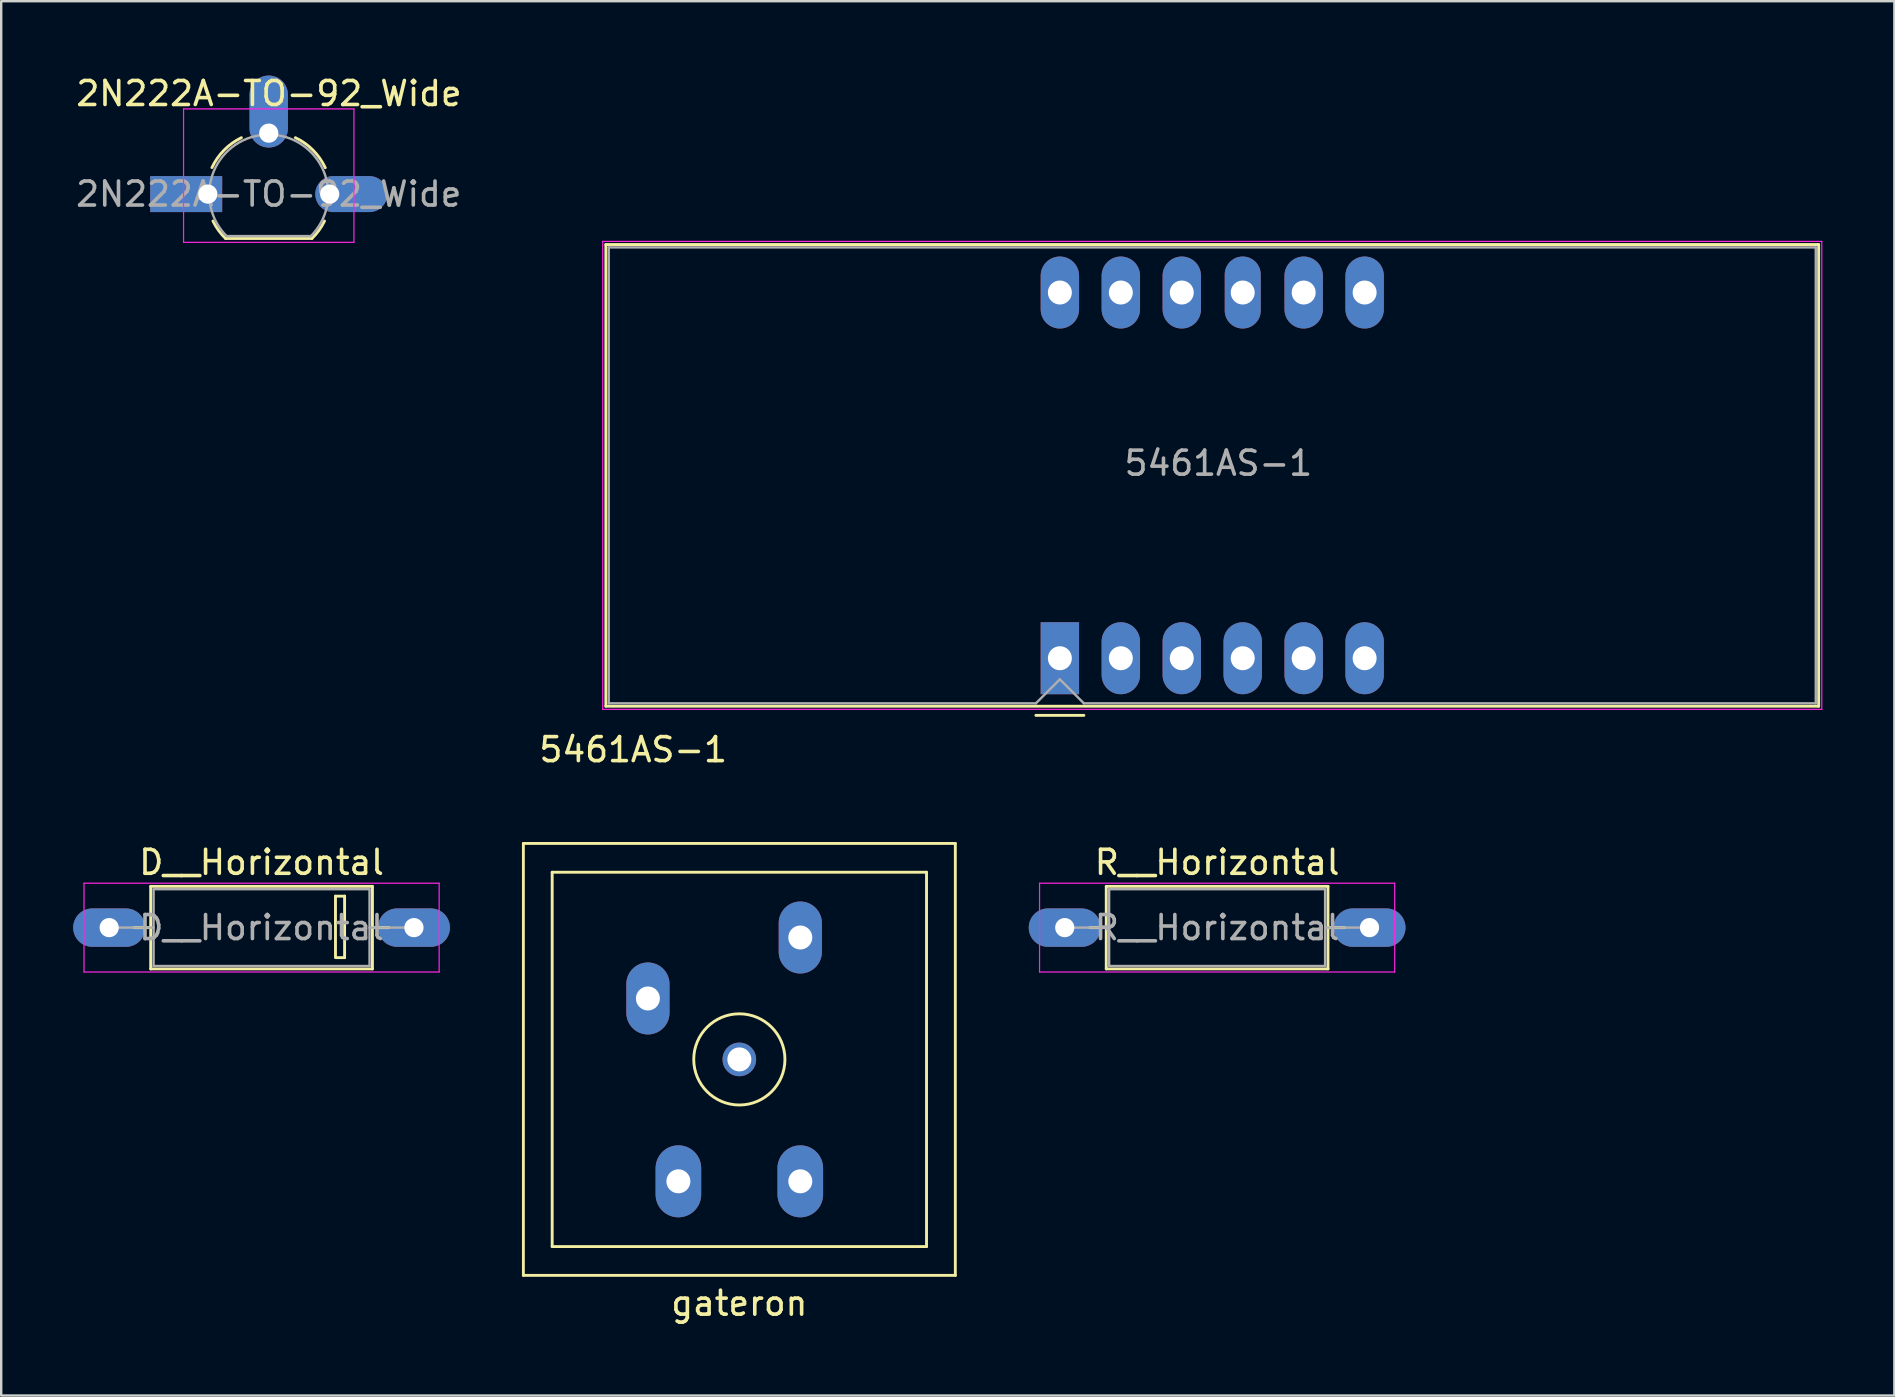
<source format=kicad_pcb>
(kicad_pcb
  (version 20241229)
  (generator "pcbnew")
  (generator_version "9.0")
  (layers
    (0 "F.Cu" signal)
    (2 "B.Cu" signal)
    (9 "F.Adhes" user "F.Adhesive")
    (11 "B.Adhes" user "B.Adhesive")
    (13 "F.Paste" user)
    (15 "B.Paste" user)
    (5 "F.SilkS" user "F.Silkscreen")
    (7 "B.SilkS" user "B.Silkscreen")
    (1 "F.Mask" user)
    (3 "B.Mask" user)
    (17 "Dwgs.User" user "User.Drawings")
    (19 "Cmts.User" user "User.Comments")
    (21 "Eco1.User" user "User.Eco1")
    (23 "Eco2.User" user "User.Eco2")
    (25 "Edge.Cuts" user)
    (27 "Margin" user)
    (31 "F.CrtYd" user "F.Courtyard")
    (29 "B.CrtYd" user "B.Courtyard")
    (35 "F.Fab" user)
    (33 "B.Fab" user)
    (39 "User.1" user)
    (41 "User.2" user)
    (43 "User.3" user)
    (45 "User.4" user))
  (footprint "R__Horizontal"
    (layer "F.Cu")
    (at 41.32 35.606)
    (property "Reference" "R__Horizontal" (at 6.35 -2.72 0) (layer "F.SilkS") (effects (font (size 1 1) (thickness 0.15))))
    (attr through_hole)
    (fp_line (start 1.04 0) (end 1.73 0) (stroke (width 0.12) (type solid)) (layer "F.SilkS"))
    (fp_line (start 1.73 -1.72) (end 1.73 1.72) (stroke (width 0.12) (type solid)) (layer "F.SilkS"))
    (fp_line (start 1.73 1.72) (end 10.97 1.72) (stroke (width 0.12) (type solid)) (layer "F.SilkS"))
    (fp_line (start 10.97 -1.72) (end 1.73 -1.72) (stroke (width 0.12) (type solid)) (layer "F.SilkS"))
    (fp_line (start 10.97 1.72) (end 10.97 -1.72) (stroke (width 0.12) (type solid)) (layer "F.SilkS"))
    (fp_line (start 11.66 0) (end 10.97 0) (stroke (width 0.12) (type solid)) (layer "F.SilkS"))
    (fp_line (start -1.05 -1.85) (end -1.05 1.85) (stroke (width 0.05) (type solid)) (layer "F.CrtYd"))
    (fp_line (start -1.05 1.85) (end 13.75 1.85) (stroke (width 0.05) (type solid)) (layer "F.CrtYd"))
    (fp_line (start 13.75 -1.85) (end -1.05 -1.85) (stroke (width 0.05) (type solid)) (layer "F.CrtYd"))
    (fp_line (start 13.75 1.85) (end 13.75 -1.85) (stroke (width 0.05) (type solid)) (layer "F.CrtYd"))
    (fp_line (start 0 0) (end 1.85 0) (stroke (width 0.1) (type solid)) (layer "F.Fab"))
    (fp_line (start 1.85 -1.6) (end 1.85 1.6) (stroke (width 0.1) (type solid)) (layer "F.Fab"))
    (fp_line (start 1.85 1.6) (end 10.85 1.6) (stroke (width 0.1) (type solid)) (layer "F.Fab"))
    (fp_line (start 10.85 -1.6) (end 1.85 -1.6) (stroke (width 0.1) (type solid)) (layer "F.Fab"))
    (fp_line (start 10.85 1.6) (end 10.85 -1.6) (stroke (width 0.1) (type solid)) (layer "F.Fab"))
    (fp_line (start 12.7 0) (end 10.85 0) (stroke (width 0.1) (type solid)) (layer "F.Fab"))
    (fp_text user "${REFERENCE}" (at 6.35 0 0) (layer "F.Fab") (effects (font (size 1 1) (thickness 0.15))))
    (pad "1" thru_hole oval (at 0 0) (size 3 1.6) (drill 0.8) (layers "*.Cu" "*.Mask"))
    (pad "2" thru_hole oval (at 12.7 0) (size 3 1.6) (drill 0.8) (layers "*.Cu" "*.Mask")))
  (footprint "2N222A-TO-92_Wide"
    (layer "F.Cu")
    (at 5.609 5.038)
    (property "Reference" "2N222A-TO-92_Wide" (at 2.55 -4.19 0) (layer "F.SilkS") (effects (font (size 1 1) (thickness 0.15))))
    (attr through_hole)
    (fp_line (start 0.74 1.85) (end 4.34 1.85) (stroke (width 0.12) (type solid)) (layer "F.SilkS"))
    (fp_arc (start 0.172801 -1.103842) (mid 0.678995 -1.832692) (end 1.4 -2.35) (stroke (width 0.12) (type solid)) (layer "F.SilkS"))
    (fp_arc (start 0.74 1.85) (mid 0.446097 1.509328) (end 0.215816 1.122795) (stroke (width 0.12) (type solid)) (layer "F.SilkS"))
    (fp_arc (start 3.65 -2.35) (mid 4.382279 -1.833196) (end 4.895458 -1.098371) (stroke (width 0.12) (type solid)) (layer "F.SilkS"))
    (fp_arc (start 4.864184 1.122795) (mid 4.633903 1.509328) (end 4.34 1.85) (stroke (width 0.12) (type solid)) (layer "F.SilkS"))
    (fp_line (start -1.01 -3.55) (end -1.01 2.01) (stroke (width 0.05) (type solid)) (layer "F.CrtYd"))
    (fp_line (start -1.01 -3.55) (end 6.09 -3.55) (stroke (width 0.05) (type solid)) (layer "F.CrtYd"))
    (fp_line (start 6.09 2.01) (end -1.01 2.01) (stroke (width 0.05) (type solid)) (layer "F.CrtYd"))
    (fp_line (start 6.09 2.01) (end 6.09 -3.55) (stroke (width 0.05) (type solid)) (layer "F.CrtYd"))
    (fp_line (start 0.8 1.75) (end 4.3 1.75) (stroke (width 0.1) (type solid)) (layer "F.Fab"))
    (fp_arc (start 0.786375 1.753625) (mid 0.248779 -0.949055) (end 2.54 -2.48) (stroke (width 0.1) (type solid)) (layer "F.Fab"))
    (fp_arc (start 2.54 -2.48) (mid 4.831221 -0.949055) (end 4.293625 1.753625) (stroke (width 0.1) (type solid)) (layer "F.Fab"))
    (fp_text user "${REFERENCE}" (at 2.54 0 0) (layer "F.Fab") (effects (font (size 1 1) (thickness 0.15))))
    (pad "1" thru_hole rect (at 0 0 90) (size 1.5 3) (drill 0.8 (offset 0 -0.9)) (layers "*.Cu" "*.Mask"))
    (pad "2" thru_hole oval (at 2.54 -2.54 90) (size 3 1.6) (drill 0.8 (offset 0.9 0)) (layers "*.Cu" "*.Mask"))
    (pad "3" thru_hole oval (at 5.08 0 90) (size 1.5 3) (drill 0.8 (offset 0 0.9)) (layers "*.Cu" "*.Mask")))
  (footprint "5461AS-1"
    (layer "F.Cu")
    (at 48.737 0.25)
    (property "Reference" "5461AS-1" (at -25.4 27.94 180) (layer "F.SilkS") (effects (font (size 1 1) (thickness 0.15))))
    (attr through_hole)
    (fp_line (start -26.54 26.13) (end -26.54 6.89) (stroke (width 0.12) (type solid)) (layer "F.SilkS"))
    (fp_line (start -26.54 26.13) (end 24 26.13) (stroke (width 0.12) (type solid)) (layer "F.SilkS"))
    (fp_line (start -8.62 26.51) (end -6.62 26.51) (stroke (width 0.12) (type solid)) (layer "F.SilkS"))
    (fp_line (start 24 6.89) (end -26.54 6.89) (stroke (width 0.12) (type solid)) (layer "F.SilkS"))
    (fp_line (start 24 26.13) (end 24 6.89) (stroke (width 0.12) (type solid)) (layer "F.SilkS"))
    (fp_line (start -26.67 6.76) (end 24.13 6.76) (stroke (width 0.05) (type solid)) (layer "F.CrtYd"))
    (fp_line (start -26.67 26.26) (end -26.67 6.76) (stroke (width 0.05) (type solid)) (layer "F.CrtYd"))
    (fp_line (start 24.13 6.76) (end 24.13 26.26) (stroke (width 0.05) (type solid)) (layer "F.CrtYd"))
    (fp_line (start 24.13 26.26) (end -26.67 26.26) (stroke (width 0.05) (type solid)) (layer "F.CrtYd"))
    (fp_line (start -26.42 7.01) (end 23.88 7.01) (stroke (width 0.1) (type solid)) (layer "F.Fab"))
    (fp_line (start -26.42 26.01) (end -26.42 7.01) (stroke (width 0.1) (type solid)) (layer "F.Fab"))
    (fp_line (start -8.62 26.01) (end -26.42 26.01) (stroke (width 0.1) (type solid)) (layer "F.Fab"))
    (fp_line (start -7.62 25.01) (end -8.62 26.01) (stroke (width 0.1) (type solid)) (layer "F.Fab"))
    (fp_line (start -6.62 26.01) (end -7.62 25.01) (stroke (width 0.1) (type solid)) (layer "F.Fab"))
    (fp_line (start -6.62 26.01) (end 23.88 26.01) (stroke (width 0.1) (type solid)) (layer "F.Fab"))
    (fp_line (start 23.88 26.01) (end 23.88 7.01) (stroke (width 0.1) (type solid)) (layer "F.Fab"))
    (fp_text user "${REFERENCE}" (at -1.016 16.002 0) (layer "F.Fab") (effects (font (size 1 1) (thickness 0.15))))
    (pad "1" thru_hole rect (at -7.62 24.13 90) (size 3 1.6) (drill 1) (layers "*.Cu" "*.Mask"))
    (pad "2" thru_hole oval (at -5.08 24.13 90) (size 3 1.6) (drill 1) (layers "*.Cu" "*.Mask"))
    (pad "3" thru_hole oval (at -2.54 24.13 90) (size 3 1.6) (drill 1) (layers "*.Cu" "*.Mask"))
    (pad "4" thru_hole oval (at 0 24.13 90) (size 3 1.6) (drill 1) (layers "*.Cu" "*.Mask"))
    (pad "5" thru_hole oval (at 2.54 24.13 90) (size 3 1.6) (drill 1) (layers "*.Cu" "*.Mask"))
    (pad "6" thru_hole oval (at 5.08 24.13 90) (size 3 1.6) (drill 1) (layers "*.Cu" "*.Mask"))
    (pad "7" thru_hole oval (at 5.08 8.89 90) (size 3 1.6) (drill 1) (layers "*.Cu" "*.Mask"))
    (pad "8" thru_hole oval (at 2.54 8.89 90) (size 3 1.6) (drill 1) (layers "*.Cu" "*.Mask"))
    (pad "9" thru_hole oval (at 0 8.89 90) (size 3 1.5) (drill 1) (layers "*.Cu" "*.Mask"))
    (pad "10" thru_hole oval (at -2.54 8.89 90) (size 3 1.6) (drill 1) (layers "*.Cu" "*.Mask"))
    (pad "11" thru_hole oval (at -5.08 8.89 90) (size 3 1.6) (drill 1) (layers "*.Cu" "*.Mask"))
    (pad "12" thru_hole oval (at -7.62 8.89 90) (size 3 1.6) (drill 1) (layers "*.Cu" "*.Mask")))
  (footprint "gateron"
    (layer "F.Cu")
    (at 27.76 41.098)
    (property "Reference" "gateron" (at 0 10.16 0) (layer "F.SilkS") (effects (font (size 1 1) (thickness 0.15))))
    (attr through_hole)
    (fp_line (start -9 -9) (end -9 9) (stroke (width 0.12) (type solid)) (layer "F.SilkS"))
    (fp_line (start -9 9) (end 9 9) (stroke (width 0.12) (type solid)) (layer "F.SilkS"))
    (fp_line (start -7.8 -7.8) (end 7.8 -7.8) (stroke (width 0.12) (type solid)) (layer "F.SilkS"))
    (fp_line (start -7.8 7.8) (end -7.8 -7.8) (stroke (width 0.12) (type solid)) (layer "F.SilkS"))
    (fp_line (start 7.8 -7.8) (end 7.8 7.8) (stroke (width 0.12) (type solid)) (layer "F.SilkS"))
    (fp_line (start 7.8 7.8) (end -7.8 7.8) (stroke (width 0.12) (type solid)) (layer "F.SilkS"))
    (fp_line (start 9 -9) (end -9 -9) (stroke (width 0.12) (type solid)) (layer "F.SilkS"))
    (fp_line (start 9 9) (end 9 -9) (stroke (width 0.12) (type solid)) (layer "F.SilkS"))
    (fp_circle (center 0 0) (end 1.9 0) (stroke (width 0.12) (type solid)) (fill no) (layer "F.SilkS"))
    (pad "1" thru_hole oval (at -3.81 -2.54) (size 1.8 3) (drill 1) (layers "*.Cu" "*.Mask"))
    (pad "2" thru_hole oval (at 2.54 -5.08) (size 1.8 3) (drill 1) (layers "*.Cu" "*.Mask"))
    (pad "3" thru_hole oval (at 2.54 5.08) (size 1.9 3) (drill 1) (layers "*.Cu" "*.Mask"))
    (pad "4" thru_hole oval (at -2.54 5.08) (size 1.9 3) (drill 1) (layers "*.Cu" "*.Mask"))
    (pad "5" thru_hole circle (at 0 0) (size 1.4 1.4) (drill 1) (layers "*.Cu" "*.Mask")))
  (footprint "D__Horizontal"
    (layer "F.Cu")
    (at 1.5 35.606)
    (property "Reference" "D__Horizontal" (at 6.35 -2.72 0) (layer "F.SilkS") (effects (font (size 1 1) (thickness 0.15))))
    (attr through_hole)
    (fp_line (start 1.04 0) (end 1.73 0) (stroke (width 0.12) (type solid)) (layer "F.SilkS"))
    (fp_line (start 1.73 -1.72) (end 1.73 1.72) (stroke (width 0.12) (type solid)) (layer "F.SilkS"))
    (fp_line (start 1.73 1.72) (end 10.97 1.72) (stroke (width 0.12) (type solid)) (layer "F.SilkS"))
    (fp_line (start 9.43 -1.31) (end 9.43 1.25) (stroke (width 0.12) (type solid)) (layer "F.SilkS"))
    (fp_line (start 9.46 1.25) (end 9.81 1.25) (stroke (width 0.12) (type solid)) (layer "F.SilkS"))
    (fp_line (start 9.8 -1.31) (end 9.43 -1.31) (stroke (width 0.12) (type solid)) (layer "F.SilkS"))
    (fp_line (start 9.81 -1.31) (end 9.81 -1.29) (stroke (width 0.12) (type solid)) (layer "F.SilkS"))
    (fp_line (start 9.81 1.25) (end 9.81 -1.31) (stroke (width 0.12) (type solid)) (layer "F.SilkS"))
    (fp_line (start 10.97 -1.72) (end 1.73 -1.72) (stroke (width 0.12) (type solid)) (layer "F.SilkS"))
    (fp_line (start 10.97 1.72) (end 10.97 -1.72) (stroke (width 0.12) (type solid)) (layer "F.SilkS"))
    (fp_line (start 11.66 0) (end 10.97 0) (stroke (width 0.12) (type solid)) (layer "F.SilkS"))
    (fp_line (start -1.05 -1.85) (end -1.05 1.85) (stroke (width 0.05) (type solid)) (layer "F.CrtYd"))
    (fp_line (start -1.05 1.85) (end 13.75 1.85) (stroke (width 0.05) (type solid)) (layer "F.CrtYd"))
    (fp_line (start 13.75 -1.85) (end -1.05 -1.85) (stroke (width 0.05) (type solid)) (layer "F.CrtYd"))
    (fp_line (start 13.75 1.85) (end 13.75 -1.85) (stroke (width 0.05) (type solid)) (layer "F.CrtYd"))
    (fp_line (start 0 0) (end 1.85 0) (stroke (width 0.1) (type solid)) (layer "F.Fab"))
    (fp_line (start 1.85 -1.6) (end 1.85 1.6) (stroke (width 0.1) (type solid)) (layer "F.Fab"))
    (fp_line (start 1.85 1.6) (end 10.85 1.6) (stroke (width 0.1) (type solid)) (layer "F.Fab"))
    (fp_line (start 10.85 -1.6) (end 1.85 -1.6) (stroke (width 0.1) (type solid)) (layer "F.Fab"))
    (fp_line (start 10.85 1.6) (end 10.85 -1.6) (stroke (width 0.1) (type solid)) (layer "F.Fab"))
    (fp_line (start 12.7 0) (end 10.85 0) (stroke (width 0.1) (type solid)) (layer "F.Fab"))
    (fp_text user "${REFERENCE}" (at 6.35 0 0) (layer "F.Fab") (effects (font (size 1 1) (thickness 0.15))))
    (pad "1" thru_hole oval (at 0 0) (size 3 1.6) (drill 0.8) (layers "*.Cu" "*.Mask"))
    (pad "2" thru_hole oval (at 12.7 0) (size 3 1.6) (drill 0.8) (layers "*.Cu" "*.Mask")))
  (gr_rect
    (start -3 -3)
    (end 75.892 55.106)
    (stroke (width 0.1) (type default))
    (fill no)
    (layer "Edge.Cuts")))
</source>
